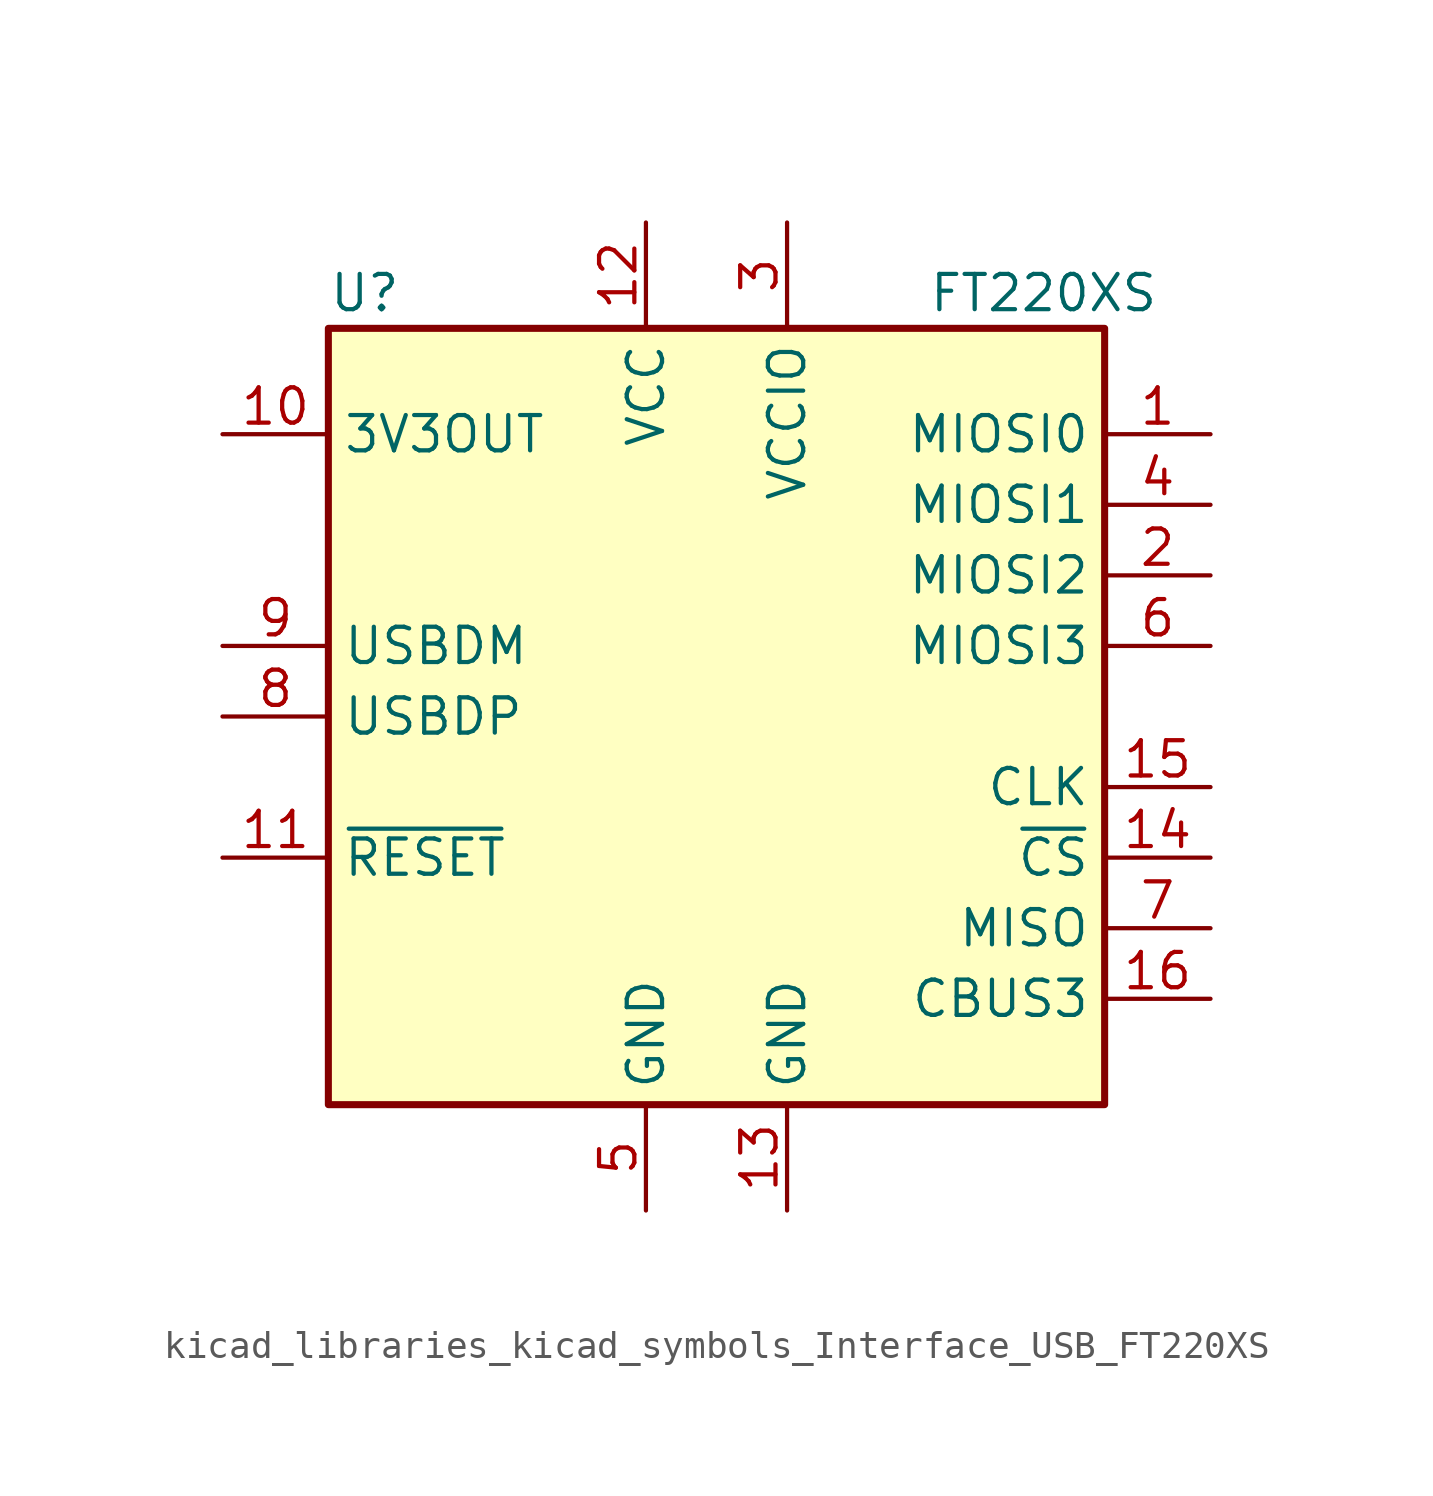
<source format=kicad_sym>
(kicad_symbol_lib
  (version 20220914)
  (generator kicad_symbol_editor)
  (symbol "kicad_libraries_kicad_symbols_Interface_USB_FT220XS"
    (property "Reference" "U"
      (at -13.97 15.24 0)
      (effects (font (size 1.27 1.27)) (justify left)))
    (property "Value" "FT220XS"
      (at 7.62 15.24 0)
      (effects (font (size 1.27 1.27)) (justify left)))
    (symbol "kicad_libraries_kicad_symbols_Interface_USB_FT220XS_0_1"
      (rectangle (start -13.97 13.97) (end 13.97 -13.97) (stroke (width 0.254) (type default)) (fill (type background))))
    (symbol "kicad_libraries_kicad_symbols_Interface_USB_FT220XS_1_1"
      (pin input line (at 17.78 10.16 180) (length 3.81) (name "MIOSI0" (effects (font (size 1.27 1.27)))) (number "1" (effects (font (size 1.27 1.27)))))
      (pin power_out line (at -17.78 10.16 0) (length 3.81) (name "3V3OUT" (effects (font (size 1.27 1.27)))) (number "10" (effects (font (size 1.27 1.27)))))
      (pin input line (at -17.78 -5.08 0) (length 3.81) (name "~{RESET}" (effects (font (size 1.27 1.27)))) (number "11" (effects (font (size 1.27 1.27)))))
      (pin power_in line (at -2.54 17.78 270) (length 3.81) (name "VCC" (effects (font (size 1.27 1.27)))) (number "12" (effects (font (size 1.27 1.27)))))
      (pin power_in line (at 2.54 -17.78 90) (length 3.81) (name "GND" (effects (font (size 1.27 1.27)))) (number "13" (effects (font (size 1.27 1.27)))))
      (pin input line (at 17.78 -5.08 180) (length 3.81) (name "~{CS}" (effects (font (size 1.27 1.27)))) (number "14" (effects (font (size 1.27 1.27)))))
      (pin input line (at 17.78 -2.54 180) (length 3.81) (name "CLK" (effects (font (size 1.27 1.27)))) (number "15" (effects (font (size 1.27 1.27)))))
      (pin bidirectional line (at 17.78 -10.16 180) (length 3.81) (name "CBUS3" (effects (font (size 1.27 1.27)))) (number "16" (effects (font (size 1.27 1.27)))))
      (pin input line (at 17.78 5.08 180) (length 3.81) (name "MIOSI2" (effects (font (size 1.27 1.27)))) (number "2" (effects (font (size 1.27 1.27)))))
      (pin power_in line (at 2.54 17.78 270) (length 3.81) (name "VCCIO" (effects (font (size 1.27 1.27)))) (number "3" (effects (font (size 1.27 1.27)))))
      (pin input line (at 17.78 7.62 180) (length 3.81) (name "MIOSI1" (effects (font (size 1.27 1.27)))) (number "4" (effects (font (size 1.27 1.27)))))
      (pin power_in line (at -2.54 -17.78 90) (length 3.81) (name "GND" (effects (font (size 1.27 1.27)))) (number "5" (effects (font (size 1.27 1.27)))))
      (pin input line (at 17.78 2.54 180) (length 3.81) (name "MIOSI3" (effects (font (size 1.27 1.27)))) (number "6" (effects (font (size 1.27 1.27)))))
      (pin input line (at 17.78 -7.62 180) (length 3.81) (name "MISO" (effects (font (size 1.27 1.27)))) (number "7" (effects (font (size 1.27 1.27)))))
      (pin bidirectional line (at -17.78 0 0) (length 3.81) (name "USBDP" (effects (font (size 1.27 1.27)))) (number "8" (effects (font (size 1.27 1.27)))))
      (pin bidirectional line (at -17.78 2.54 0) (length 3.81) (name "USBDM" (effects (font (size 1.27 1.27)))) (number "9" (effects (font (size 1.27 1.27))))))))
</source>
